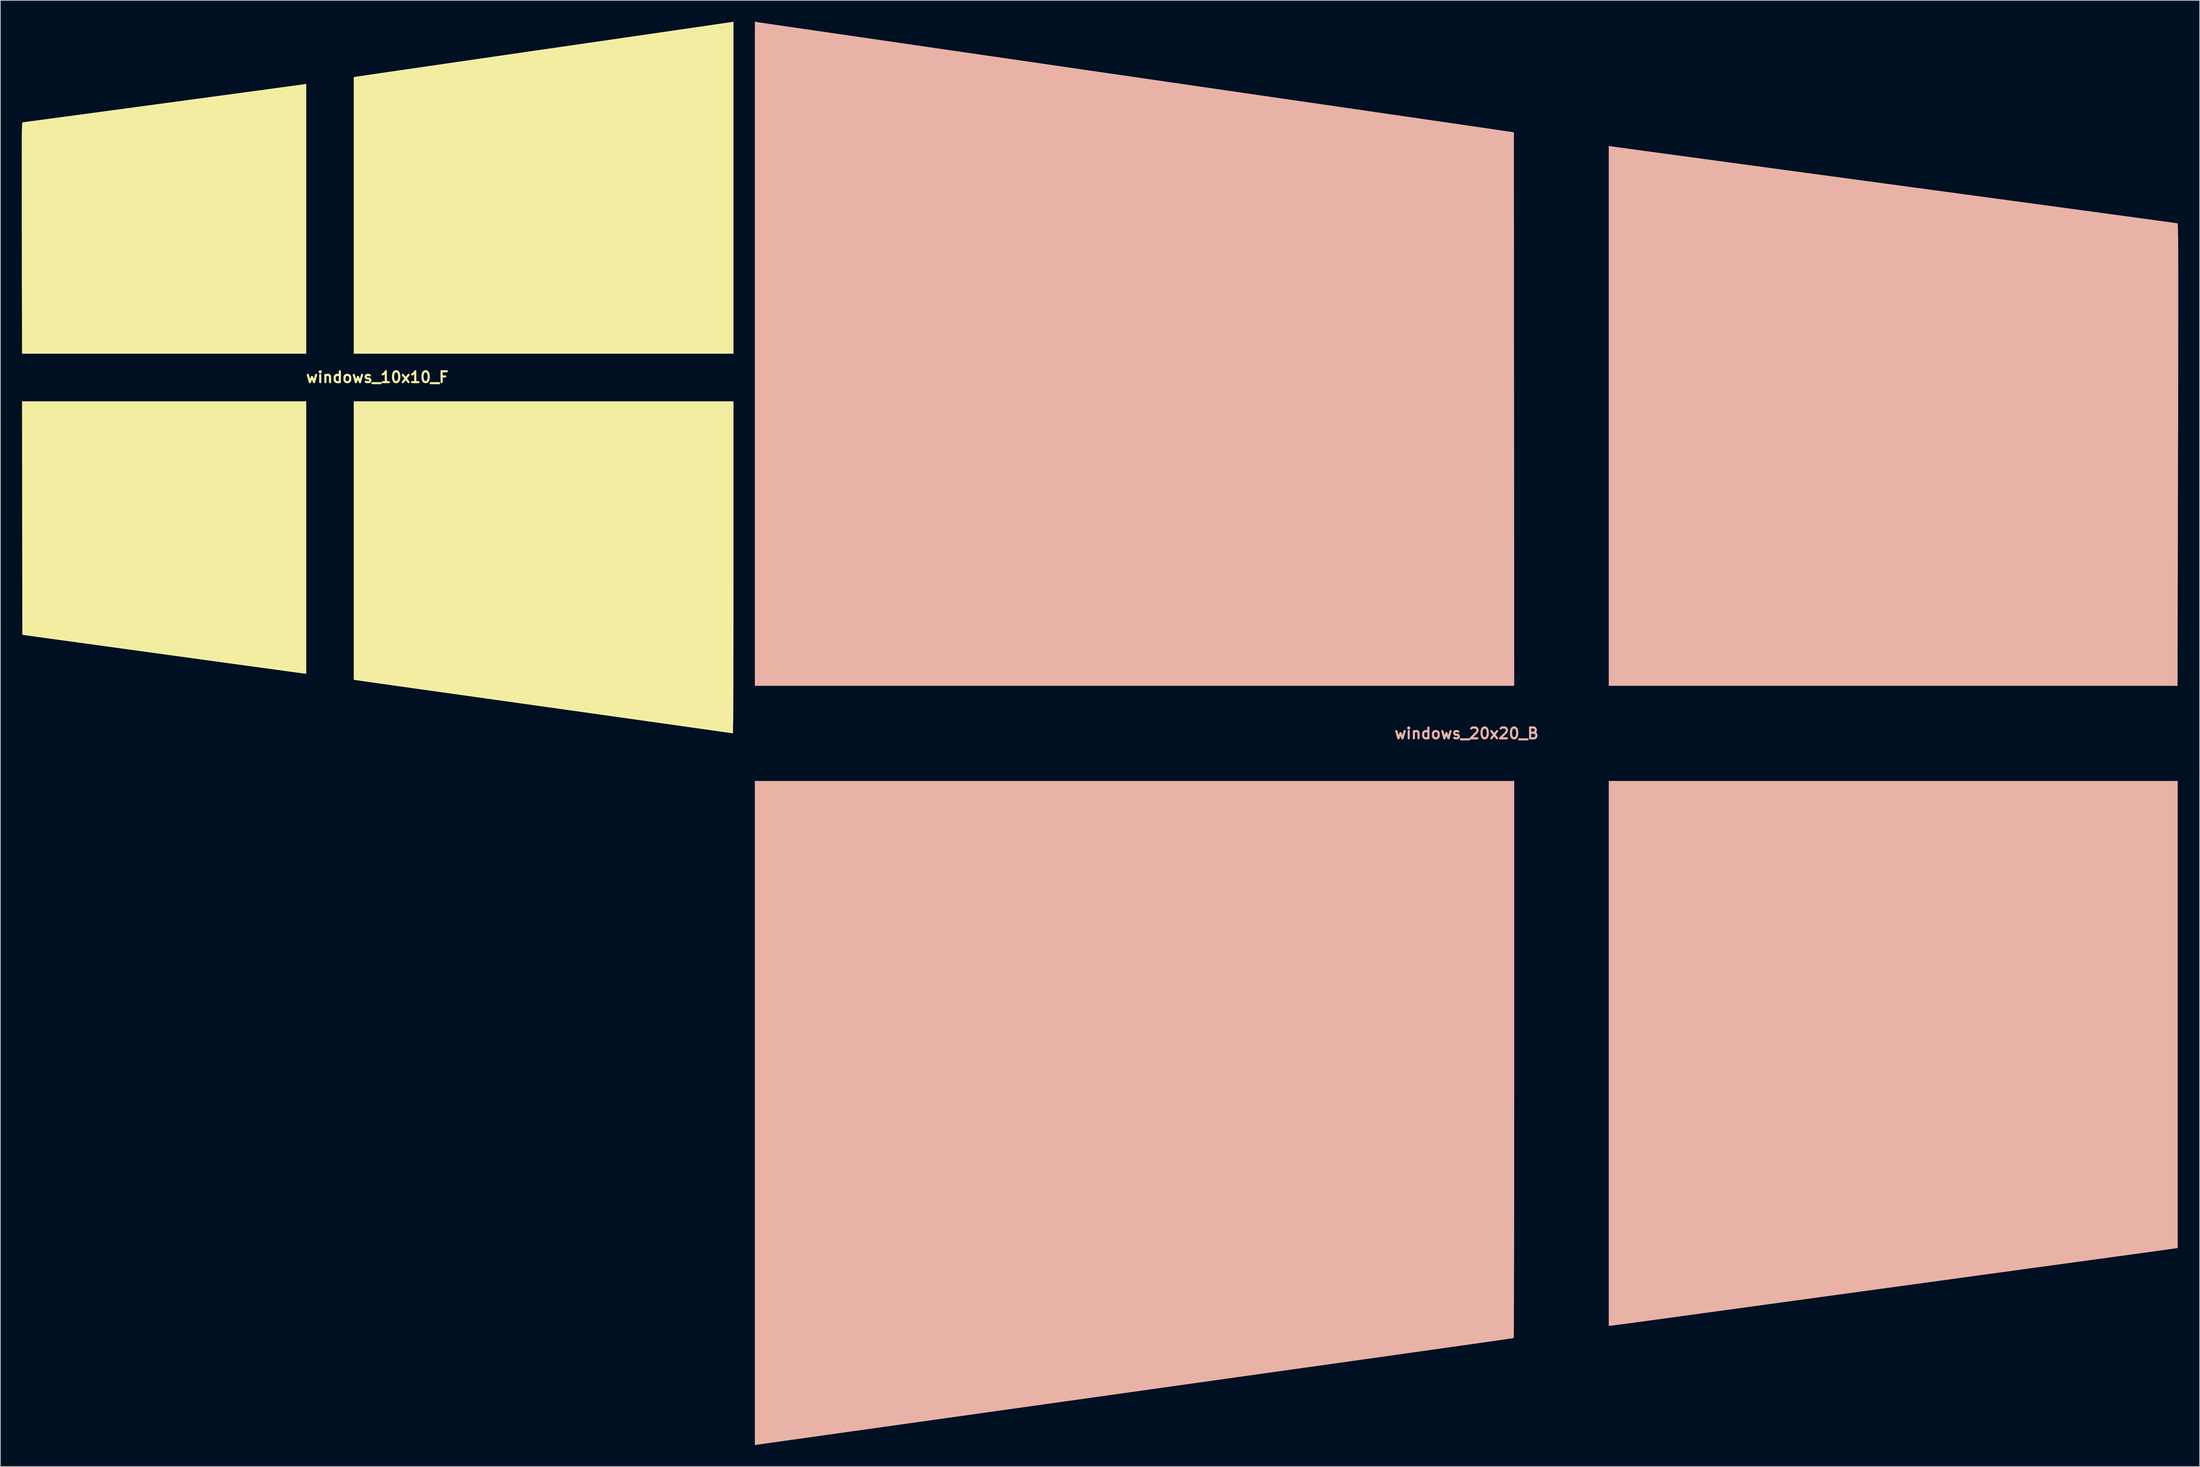
<source format=kicad_pcb>
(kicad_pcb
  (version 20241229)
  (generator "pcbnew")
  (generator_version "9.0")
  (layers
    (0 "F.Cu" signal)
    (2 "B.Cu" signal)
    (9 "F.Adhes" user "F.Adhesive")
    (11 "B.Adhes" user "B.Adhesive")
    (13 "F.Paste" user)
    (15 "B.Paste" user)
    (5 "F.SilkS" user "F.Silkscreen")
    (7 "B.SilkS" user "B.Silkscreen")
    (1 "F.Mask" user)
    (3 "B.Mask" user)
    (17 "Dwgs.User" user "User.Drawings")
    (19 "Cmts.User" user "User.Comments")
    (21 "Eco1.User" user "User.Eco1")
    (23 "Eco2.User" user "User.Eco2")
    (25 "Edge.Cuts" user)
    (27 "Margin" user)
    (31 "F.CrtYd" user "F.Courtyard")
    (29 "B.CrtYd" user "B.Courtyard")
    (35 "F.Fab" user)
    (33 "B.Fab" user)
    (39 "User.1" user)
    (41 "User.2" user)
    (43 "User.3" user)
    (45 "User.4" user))
  (footprint "windows_20x20_B"
    (layer "F.Cu")
    (at 202.999 100.004)
    (property "Reference" "windows_20x20_B" (at 0 0 0) (layer "B.SilkS") (effects (font (size 1.524 1.524) (thickness 0.3))))
    (attr through_hole)
    (fp_poly (pts (xy -99.716 -99.95) (xy -99.614 -99.935) (xy -99.348 -99.896) (xy -98.922 -99.833) (xy -98.34 -99.748) (xy -97.606 -99.64) (xy -96.723 -99.511) (xy -95.695 -99.361) (xy -94.526 -99.191) (xy -93.221 -99.001) (xy -91.782 -98.791) (xy -90.213 -98.562) (xy -88.519 -98.315) (xy -86.703 -98.051) (xy -84.768 -97.769) (xy -82.72 -97.471) (xy -80.561 -97.156) (xy -78.295 -96.826) (xy -75.927 -96.482) (xy -73.459 -96.122) (xy -70.896 -95.749) (xy -68.242 -95.363) (xy -65.5 -94.964) (xy -62.674 -94.553) (xy -59.768 -94.13) (xy -56.787 -93.696) (xy -53.732 -93.251) (xy -50.609 -92.797) (xy -47.421 -92.333) (xy -44.173 -91.861) (xy -40.867 -91.38) (xy -37.507 -90.891) (xy -34.098 -90.395) (xy -30.644 -89.893) (xy -27.147 -89.384) (xy -23.612 -88.87) (xy -22.945 -88.773) (xy -20.114 -88.362) (xy -17.449 -87.974) (xy -14.944 -87.61) (xy -12.597 -87.268) (xy -10.406 -86.949) (xy -8.365 -86.652) (xy -6.473 -86.377) (xy -4.727 -86.123) (xy -3.122 -85.889) (xy -1.656 -85.675) (xy -0.325 -85.481) (xy 0.873 -85.307) (xy 1.942 -85.151) (xy 2.885 -85.013) (xy 3.705 -84.893) (xy 4.405 -84.79) (xy 4.99 -84.705) (xy 5.461 -84.635) (xy 5.822 -84.582) (xy 6.076 -84.544) (xy 6.227 -84.521) (xy 6.265 -84.515) (xy 6.646 -84.451) (xy 6.689 -6.689) (xy -99.991 -6.689) (xy -99.991 -99.999) (xy -99.716 -99.95)) (stroke (width 0.01) (type solid)) (fill yes) (layer "B.SilkS"))
    (fp_poly (pts (xy 99.907 72.292) (xy 99.674 72.339) (xy 99.558 72.357) (xy 99.287 72.396) (xy 98.871 72.455) (xy 98.323 72.532) (xy 97.655 72.625) (xy 96.879 72.733) (xy 96.006 72.853) (xy 95.049 72.985) (xy 94.018 73.127) (xy 92.927 73.277) (xy 91.788 73.433) (xy 91.355 73.492) (xy 90.012 73.676) (xy 88.58 73.872) (xy 87.086 74.076) (xy 85.557 74.285) (xy 84.022 74.496) (xy 82.507 74.703) (xy 81.04 74.904) (xy 79.649 75.095) (xy 78.361 75.271) (xy 77.204 75.43) (xy 76.835 75.481) (xy 75.878 75.612) (xy 74.773 75.764) (xy 73.54 75.933) (xy 72.2 76.116) (xy 70.772 76.312) (xy 69.277 76.517) (xy 67.735 76.729) (xy 66.165 76.944) (xy 64.589 77.16) (xy 63.025 77.375) (xy 61.494 77.585) (xy 60.017 77.787) (xy 59.859 77.809) (xy 58.389 78.01) (xy 56.863 78.219) (xy 55.302 78.434) (xy 53.725 78.65) (xy 52.154 78.865) (xy 50.608 79.077) (xy 49.107 79.283) (xy 47.671 79.48) (xy 46.32 79.665) (xy 45.075 79.836) (xy 43.955 79.99) (xy 42.98 80.123) (xy 42.884 80.137) (xy 41.775 80.289) (xy 40.527 80.46) (xy 39.167 80.647) (xy 37.721 80.845) (xy 36.219 81.051) (xy 34.687 81.261) (xy 33.153 81.472) (xy 31.646 81.679) (xy 30.192 81.878) (xy 28.819 82.066) (xy 28.403 82.124) (xy 27.252 82.281) (xy 26.147 82.432) (xy 25.098 82.575) (xy 24.119 82.707) (xy 23.221 82.829) (xy 22.415 82.937) (xy 21.713 83.03) (xy 21.128 83.107) (xy 20.671 83.167) (xy 20.354 83.207) (xy 20.189 83.226) (xy 20.169 83.227) (xy 19.981 83.227) (xy 19.981 6.689) (xy 99.907 6.689) (xy 99.907 72.292)) (stroke (width 0.01) (type solid)) (fill yes) (layer "B.SilkS"))
    (fp_poly (pts (xy 20.214 -82.502) (xy 20.298 -82.489) (xy 20.505 -82.46) (xy 20.836 -82.414) (xy 21.293 -82.351) (xy 21.877 -82.271) (xy 22.591 -82.173) (xy 23.435 -82.058) (xy 24.412 -81.925) (xy 25.522 -81.773) (xy 26.769 -81.604) (xy 28.152 -81.416) (xy 29.673 -81.209) (xy 31.335 -80.983) (xy 33.139 -80.738) (xy 35.087 -80.473) (xy 37.179 -80.189) (xy 39.418 -79.885) (xy 41.805 -79.562) (xy 44.342 -79.217) (xy 47.03 -78.853) (xy 49.871 -78.467) (xy 52.867 -78.061) (xy 56.019 -77.634) (xy 59.329 -77.185) (xy 62.798 -76.715) (xy 66.427 -76.223) (xy 70.22 -75.709) (xy 74.176 -75.173) (xy 78.298 -74.614) (xy 79.756 -74.417) (xy 81.578 -74.17) (xy 83.357 -73.928) (xy 85.084 -73.694) (xy 86.753 -73.467) (xy 88.357 -73.249) (xy 89.887 -73.041) (xy 91.337 -72.844) (xy 92.699 -72.658) (xy 93.966 -72.485) (xy 95.131 -72.326) (xy 96.186 -72.182) (xy 97.124 -72.053) (xy 97.938 -71.941) (xy 98.62 -71.847) (xy 99.163 -71.772) (xy 99.56 -71.716) (xy 99.803 -71.681) (xy 99.885 -71.668) (xy 99.897 -71.646) (xy 99.908 -71.584) (xy 99.918 -71.479) (xy 99.927 -71.325) (xy 99.936 -71.12) (xy 99.944 -70.858) (xy 99.951 -70.536) (xy 99.958 -70.149) (xy 99.964 -69.694) (xy 99.97 -69.166) (xy 99.975 -68.56) (xy 99.979 -67.874) (xy 99.982 -67.102) (xy 99.985 -66.24) (xy 99.988 -65.285) (xy 99.989 -64.231) (xy 99.99 -63.076) (xy 99.991 -61.814) (xy 99.991 -60.442) (xy 99.99 -58.956) (xy 99.988 -57.35) (xy 99.987 -55.622) (xy 99.984 -53.766) (xy 99.981 -51.78) (xy 99.977 -49.657) (xy 99.973 -47.396) (xy 99.968 -44.99) (xy 99.963 -42.436) (xy 99.957 -39.731) (xy 99.95 -36.869) (xy 99.943 -33.846) (xy 99.936 -30.659) (xy 99.935 -30.247) (xy 99.879 -6.689) (xy 19.981 -6.689) (xy 19.981 -82.546) (xy 20.214 -82.502)) (stroke (width 0.01) (type solid)) (fill yes) (layer "B.SilkS"))
    (fp_poly (pts (xy 6.689 45.8) (xy 6.689 48.365) (xy 6.688 50.887) (xy 6.687 53.361) (xy 6.686 55.782) (xy 6.685 58.144) (xy 6.684 60.442) (xy 6.682 62.672) (xy 6.68 64.826) (xy 6.678 66.902) (xy 6.675 68.892) (xy 6.672 70.792) (xy 6.67 72.596) (xy 6.667 74.299) (xy 6.663 75.897) (xy 6.66 77.383) (xy 6.656 78.752) (xy 6.653 79.999) (xy 6.649 81.12) (xy 6.645 82.107) (xy 6.641 82.957) (xy 6.637 83.664) (xy 6.632 84.222) (xy 6.628 84.627) (xy 6.623 84.872) (xy 6.619 84.954) (xy 6.53 84.969) (xy 6.28 85.008) (xy 5.879 85.067) (xy 5.332 85.147) (xy 4.648 85.246) (xy 3.835 85.363) (xy 2.899 85.497) (xy 1.85 85.647) (xy 0.693 85.812) (xy -0.562 85.99) (xy -1.909 86.182) (xy -3.34 86.384) (xy -4.847 86.598) (xy -6.422 86.82) (xy -8.059 87.051) (xy -9.749 87.289) (xy -11.484 87.534) (xy -11.817 87.581) (xy -13.667 87.841) (xy -15.668 88.122) (xy -17.802 88.423) (xy -20.053 88.739) (xy -22.404 89.07) (xy -24.837 89.412) (xy -27.336 89.764) (xy -29.884 90.122) (xy -32.464 90.485) (xy -35.059 90.85) (xy -37.651 91.215) (xy -40.225 91.577) (xy -42.762 91.934) (xy -45.245 92.283) (xy -47.659 92.623) (xy -49.986 92.95) (xy -52.208 93.263) (xy -52.493 93.303) (xy -54.596 93.599) (xy -56.749 93.902) (xy -58.939 94.21) (xy -61.154 94.521) (xy -63.379 94.834) (xy -65.602 95.147) (xy -67.81 95.458) (xy -69.991 95.764) (xy -72.13 96.065) (xy -74.216 96.358) (xy -76.235 96.642) (xy -78.174 96.915) (xy -80.019 97.174) (xy -81.759 97.419) (xy -83.38 97.646) (xy -84.87 97.856) (xy -86.214 98.045) (xy -87.122 98.172) (xy -88.55 98.373) (xy -89.936 98.568) (xy -91.268 98.755) (xy -92.538 98.934) (xy -93.736 99.103) (xy -94.853 99.26) (xy -95.879 99.405) (xy -96.805 99.536) (xy -97.62 99.651) (xy -98.316 99.75) (xy -98.883 99.831) (xy -99.312 99.892) (xy -99.592 99.932) (xy -99.714 99.95) (xy -99.716 99.951) (xy -99.991 99.999) (xy -99.991 6.689) (xy 6.689 6.689) (xy 6.689 45.8)) (stroke (width 0.01) (type solid)) (fill yes) (layer "B.SilkS")))
  (footprint "windows_10x10_F"
    (layer "F.Cu")
    (at 49.959 49.954)
    (property "Reference" "windows_10x10_F" (at 0 0 0) (layer "F.SilkS") (effects (font (size 1.524 1.524) (thickness 0.3))))
    (attr through_hole)
    (fp_poly (pts (xy -9.991 3.387) (xy -9.991 41.656) (xy -10.181 41.646) (xy -10.281 41.633) (xy -10.542 41.599) (xy -10.956 41.543) (xy -11.515 41.467) (xy -12.212 41.373) (xy -13.04 41.26) (xy -13.991 41.13) (xy -15.058 40.984) (xy -16.233 40.823) (xy -17.51 40.648) (xy -18.88 40.46) (xy -20.336 40.261) (xy -21.871 40.05) (xy -23.478 39.829) (xy -25.148 39.599) (xy -26.875 39.362) (xy -28.651 39.117) (xy -30.121 38.915) (xy -49.87 36.195) (xy -49.911 3.387) (xy -29.951 3.387) (xy -9.991 3.387)) (stroke (width 0.01) (type solid)) (fill yes) (layer "F.SilkS"))
    (fp_poly (pts (xy 50.038 -3.302) (xy -3.302 -3.302) (xy -3.302 -42.161) (xy -3.111 -42.203) (xy -3.013 -42.218) (xy -2.754 -42.257) (xy -2.34 -42.318) (xy -1.778 -42.401) (xy -1.074 -42.504) (xy -0.234 -42.627) (xy 0.735 -42.769) (xy 1.827 -42.928) (xy 3.036 -43.104) (xy 4.354 -43.297) (xy 5.776 -43.504) (xy 7.295 -43.725) (xy 8.904 -43.959) (xy 10.599 -44.206) (xy 12.371 -44.463) (xy 14.215 -44.731) (xy 16.124 -45.009) (xy 18.091 -45.295) (xy 20.111 -45.588) (xy 22.177 -45.888) (xy 23.326 -46.055) (xy 25.415 -46.358) (xy 27.462 -46.655) (xy 29.46 -46.946) (xy 31.403 -47.228) (xy 33.284 -47.501) (xy 35.098 -47.765) (xy 36.838 -48.018) (xy 38.496 -48.259) (xy 40.068 -48.487) (xy 41.546 -48.702) (xy 42.924 -48.903) (xy 44.196 -49.088) (xy 45.355 -49.256) (xy 46.394 -49.408) (xy 47.308 -49.541) (xy 48.091 -49.655) (xy 48.734 -49.749) (xy 49.233 -49.822) (xy 49.581 -49.873) (xy 49.77 -49.902) (xy 49.805 -49.907) (xy 50.038 -49.949) (xy 50.038 -3.302)) (stroke (width 0.01) (type solid)) (fill yes) (layer "F.SilkS"))
    (fp_poly (pts (xy -9.991 -3.302) (xy -49.912 -3.302) (xy -49.942 -19.558) (xy -49.945 -21.516) (xy -49.948 -23.312) (xy -49.951 -24.952) (xy -49.952 -26.444) (xy -49.954 -27.794) (xy -49.954 -29.01) (xy -49.954 -30.098) (xy -49.953 -31.065) (xy -49.951 -31.918) (xy -49.948 -32.665) (xy -49.945 -33.311) (xy -49.94 -33.865) (xy -49.935 -34.333) (xy -49.928 -34.721) (xy -49.921 -35.037) (xy -49.912 -35.288) (xy -49.902 -35.481) (xy -49.891 -35.623) (xy -49.878 -35.72) (xy -49.864 -35.779) (xy -49.849 -35.808) (xy -49.837 -35.814) (xy -49.745 -35.825) (xy -49.494 -35.858) (xy -49.094 -35.911) (xy -48.552 -35.983) (xy -47.879 -36.073) (xy -47.082 -36.18) (xy -46.172 -36.302) (xy -45.156 -36.439) (xy -44.044 -36.589) (xy -42.845 -36.75) (xy -41.567 -36.923) (xy -40.221 -37.104) (xy -38.814 -37.294) (xy -37.355 -37.491) (xy -35.854 -37.694) (xy -34.319 -37.901) (xy -32.76 -38.112) (xy -31.185 -38.325) (xy -29.604 -38.539) (xy -28.025 -38.752) (xy -26.457 -38.965) (xy -24.909 -39.174) (xy -23.39 -39.38) (xy -21.91 -39.58) (xy -20.476 -39.775) (xy -19.099 -39.961) (xy -17.786 -40.139) (xy -16.548 -40.308) (xy -15.392 -40.465) (xy -14.328 -40.609) (xy -13.364 -40.74) (xy -12.511 -40.857) (xy -11.776 -40.957) (xy -11.168 -41.04) (xy -10.697 -41.105) (xy -10.372 -41.15) (xy -10.201 -41.174) (xy -10.181 -41.178) (xy -9.991 -41.209) (xy -9.991 -3.302)) (stroke (width 0.01) (type solid)) (fill yes) (layer "F.SilkS"))
    (fp_poly (pts (xy 50.038 26.712) (xy 50.038 29.145) (xy 50.037 31.412) (xy 50.037 33.521) (xy 50.036 35.476) (xy 50.034 37.281) (xy 50.032 38.942) (xy 50.03 40.464) (xy 50.028 41.852) (xy 50.025 43.111) (xy 50.021 44.246) (xy 50.017 45.262) (xy 50.013 46.164) (xy 50.008 46.957) (xy 50.002 47.646) (xy 49.996 48.237) (xy 49.989 48.733) (xy 49.982 49.141) (xy 49.974 49.466) (xy 49.965 49.711) (xy 49.955 49.883) (xy 49.945 49.987) (xy 49.934 50.027) (xy 49.932 50.028) (xy 49.837 50.015) (xy 49.584 49.98) (xy 49.183 49.923) (xy 48.644 49.847) (xy 47.976 49.753) (xy 47.19 49.642) (xy 46.295 49.516) (xy 45.301 49.376) (xy 44.219 49.222) (xy 43.057 49.058) (xy 41.825 48.884) (xy 40.534 48.701) (xy 39.193 48.511) (xy 38.608 48.428) (xy 37.231 48.233) (xy 35.705 48.018) (xy 34.05 47.784) (xy 32.284 47.534) (xy 30.426 47.272) (xy 28.496 47) (xy 26.512 46.721) (xy 24.494 46.436) (xy 22.461 46.15) (xy 20.43 45.864) (xy 18.423 45.582) (xy 16.457 45.305) (xy 14.552 45.037) (xy 12.726 44.781) (xy 12.234 44.712) (xy 10.65 44.49) (xy 9.11 44.273) (xy 7.622 44.064) (xy 6.195 43.863) (xy 4.837 43.672) (xy 3.556 43.491) (xy 2.362 43.323) (xy 1.262 43.167) (xy 0.266 43.026) (xy -0.619 42.901) (xy -1.383 42.792) (xy -2.019 42.701) (xy -2.518 42.63) (xy -2.871 42.579) (xy -3.07 42.549) (xy -3.111 42.542) (xy -3.302 42.499) (xy -3.302 3.387) (xy 50.038 3.387) (xy 50.038 26.712)) (stroke (width 0.01) (type solid)) (fill yes) (layer "F.SilkS")))
  (gr_rect
    (start -3 -3)
    (end 305.994 203.008)
    (stroke (width 0.1) (type default))
    (fill no)
    (layer "Edge.Cuts")))
</source>
